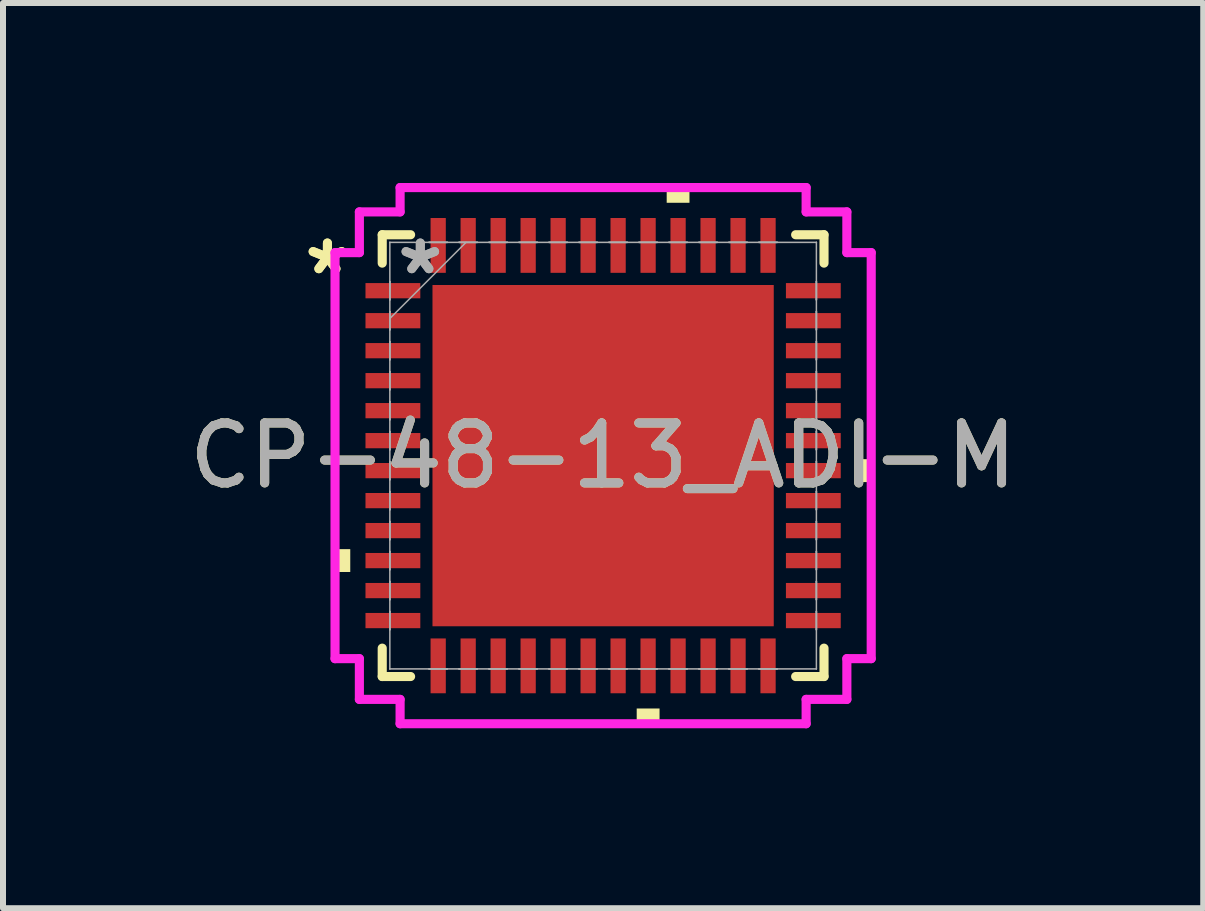
<source format=kicad_pcb>
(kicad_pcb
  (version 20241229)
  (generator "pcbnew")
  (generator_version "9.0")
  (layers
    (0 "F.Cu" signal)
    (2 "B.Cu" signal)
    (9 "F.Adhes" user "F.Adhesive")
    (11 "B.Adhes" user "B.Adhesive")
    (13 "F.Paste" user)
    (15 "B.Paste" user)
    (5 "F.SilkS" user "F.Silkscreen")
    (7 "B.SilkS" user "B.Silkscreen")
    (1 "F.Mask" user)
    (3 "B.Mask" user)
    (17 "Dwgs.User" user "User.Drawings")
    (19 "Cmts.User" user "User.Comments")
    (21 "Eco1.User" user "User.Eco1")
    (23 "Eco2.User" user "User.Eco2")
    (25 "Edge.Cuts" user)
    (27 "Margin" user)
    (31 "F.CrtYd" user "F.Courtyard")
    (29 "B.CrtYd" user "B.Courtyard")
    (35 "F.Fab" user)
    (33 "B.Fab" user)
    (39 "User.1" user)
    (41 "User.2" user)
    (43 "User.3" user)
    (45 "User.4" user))
  (footprint "CP-48-13_ADI-M"
    (layer "F.Cu")
    (at 7.006 4.547)
    (property "Reference" "CP-48-13_ADI-M" (at 0 0 0) (unlocked yes) (layer "F.SilkS") (effects (font (size 1 1) (thickness 0.15))))
    (attr smd)
    (fp_line (start -3.683 -3.683) (end -3.683 -3.21) (stroke (width 0.152) (type solid)) (layer "F.SilkS"))
    (fp_line (start -3.683 3.21) (end -3.683 3.683) (stroke (width 0.152) (type solid)) (layer "F.SilkS"))
    (fp_line (start -3.683 3.683) (end -3.21 3.683) (stroke (width 0.152) (type solid)) (layer "F.SilkS"))
    (fp_line (start -3.21 -3.683) (end -3.683 -3.683) (stroke (width 0.152) (type solid)) (layer "F.SilkS"))
    (fp_line (start 3.21 3.683) (end 3.683 3.683) (stroke (width 0.152) (type solid)) (layer "F.SilkS"))
    (fp_line (start 3.683 -3.683) (end 3.21 -3.683) (stroke (width 0.152) (type solid)) (layer "F.SilkS"))
    (fp_line (start 3.683 -3.21) (end 3.683 -3.683) (stroke (width 0.152) (type solid)) (layer "F.SilkS"))
    (fp_line (start 3.683 3.683) (end 3.683 3.21) (stroke (width 0.152) (type solid)) (layer "F.SilkS"))
    (fp_poly (pts (xy -4.47 1.559) (xy -4.47 1.94) (xy -4.216 1.94) (xy -4.216 1.559)) (stroke (width 0) (type solid)) (fill yes) (layer "F.SilkS"))
    (fp_poly (pts (xy 0.56 4.216) (xy 0.56 4.47) (xy 0.941 4.47) (xy 0.941 4.216)) (stroke (width 0) (type solid)) (fill yes) (layer "F.SilkS"))
    (fp_poly (pts (xy 1.06 -4.216) (xy 1.06 -4.47) (xy 1.44 -4.47) (xy 1.44 -4.216)) (stroke (width 0) (type solid)) (fill yes) (layer "F.SilkS"))
    (fp_poly (pts (xy 4.47 0.059) (xy 4.47 0.441) (xy 4.216 0.441) (xy 4.216 0.059)) (stroke (width 0) (type solid)) (fill yes) (layer "F.SilkS"))
    (fp_poly (pts (xy -2.745 -2.745) (xy -2.745 -1.522) (xy -1.522 -1.522) (xy -1.522 -2.745)) (stroke (width 0) (type solid)) (fill yes) (layer "F.Paste"))
    (fp_poly (pts (xy -2.745 -1.322) (xy -2.745 -0.1) (xy -1.522 -0.1) (xy -1.522 -1.322)) (stroke (width 0) (type solid)) (fill yes) (layer "F.Paste"))
    (fp_poly (pts (xy -2.745 0.1) (xy -2.745 1.322) (xy -1.522 1.322) (xy -1.522 0.1)) (stroke (width 0) (type solid)) (fill yes) (layer "F.Paste"))
    (fp_poly (pts (xy -2.745 1.522) (xy -2.745 2.745) (xy -1.522 2.745) (xy -1.522 1.522)) (stroke (width 0) (type solid)) (fill yes) (layer "F.Paste"))
    (fp_poly (pts (xy -1.322 -2.745) (xy -1.322 -1.522) (xy -0.1 -1.522) (xy -0.1 -2.745)) (stroke (width 0) (type solid)) (fill yes) (layer "F.Paste"))
    (fp_poly (pts (xy -1.322 -1.322) (xy -1.322 -0.1) (xy -0.1 -0.1) (xy -0.1 -1.322)) (stroke (width 0) (type solid)) (fill yes) (layer "F.Paste"))
    (fp_poly (pts (xy -1.322 0.1) (xy -1.322 1.322) (xy -0.1 1.322) (xy -0.1 0.1)) (stroke (width 0) (type solid)) (fill yes) (layer "F.Paste"))
    (fp_poly (pts (xy -1.322 1.522) (xy -1.322 2.745) (xy -0.1 2.745) (xy -0.1 1.522)) (stroke (width 0) (type solid)) (fill yes) (layer "F.Paste"))
    (fp_poly (pts (xy 0.1 -2.745) (xy 0.1 -1.522) (xy 1.322 -1.522) (xy 1.322 -2.745)) (stroke (width 0) (type solid)) (fill yes) (layer "F.Paste"))
    (fp_poly (pts (xy 0.1 -1.322) (xy 0.1 -0.1) (xy 1.322 -0.1) (xy 1.322 -1.322)) (stroke (width 0) (type solid)) (fill yes) (layer "F.Paste"))
    (fp_poly (pts (xy 0.1 0.1) (xy 0.1 1.322) (xy 1.322 1.322) (xy 1.322 0.1)) (stroke (width 0) (type solid)) (fill yes) (layer "F.Paste"))
    (fp_poly (pts (xy 0.1 1.522) (xy 0.1 2.745) (xy 1.322 2.745) (xy 1.322 1.522)) (stroke (width 0) (type solid)) (fill yes) (layer "F.Paste"))
    (fp_poly (pts (xy 1.522 -2.745) (xy 1.522 -1.522) (xy 2.745 -1.522) (xy 2.745 -2.745)) (stroke (width 0) (type solid)) (fill yes) (layer "F.Paste"))
    (fp_poly (pts (xy 1.522 -1.322) (xy 1.522 -0.1) (xy 2.745 -0.1) (xy 2.745 -1.322)) (stroke (width 0) (type solid)) (fill yes) (layer "F.Paste"))
    (fp_poly (pts (xy 1.522 0.1) (xy 1.522 1.322) (xy 2.745 1.322) (xy 2.745 0.1)) (stroke (width 0) (type solid)) (fill yes) (layer "F.Paste"))
    (fp_poly (pts (xy 1.522 1.522) (xy 1.522 2.745) (xy 2.745 2.745) (xy 2.745 1.522)) (stroke (width 0) (type solid)) (fill yes) (layer "F.Paste"))
    (fp_line (start -4.47 -3.385) (end -4.064 -3.385) (stroke (width 0.152) (type solid)) (layer "F.CrtYd"))
    (fp_line (start -4.47 3.385) (end -4.47 -3.385) (stroke (width 0.152) (type solid)) (layer "F.CrtYd"))
    (fp_line (start -4.064 -4.064) (end -3.385 -4.064) (stroke (width 0.152) (type solid)) (layer "F.CrtYd"))
    (fp_line (start -4.064 -3.385) (end -4.064 -4.064) (stroke (width 0.152) (type solid)) (layer "F.CrtYd"))
    (fp_line (start -4.064 3.385) (end -4.47 3.385) (stroke (width 0.152) (type solid)) (layer "F.CrtYd"))
    (fp_line (start -4.064 4.064) (end -4.064 3.385) (stroke (width 0.152) (type solid)) (layer "F.CrtYd"))
    (fp_line (start -3.385 -4.47) (end 3.385 -4.47) (stroke (width 0.152) (type solid)) (layer "F.CrtYd"))
    (fp_line (start -3.385 -4.064) (end -3.385 -4.47) (stroke (width 0.152) (type solid)) (layer "F.CrtYd"))
    (fp_line (start -3.385 4.064) (end -4.064 4.064) (stroke (width 0.152) (type solid)) (layer "F.CrtYd"))
    (fp_line (start -3.385 4.47) (end -3.385 4.064) (stroke (width 0.152) (type solid)) (layer "F.CrtYd"))
    (fp_line (start 3.385 -4.47) (end 3.385 -4.064) (stroke (width 0.152) (type solid)) (layer "F.CrtYd"))
    (fp_line (start 3.385 -4.064) (end 4.064 -4.064) (stroke (width 0.152) (type solid)) (layer "F.CrtYd"))
    (fp_line (start 3.385 4.064) (end 3.385 4.47) (stroke (width 0.152) (type solid)) (layer "F.CrtYd"))
    (fp_line (start 3.385 4.47) (end -3.385 4.47) (stroke (width 0.152) (type solid)) (layer "F.CrtYd"))
    (fp_line (start 4.064 -4.064) (end 4.064 -3.385) (stroke (width 0.152) (type solid)) (layer "F.CrtYd"))
    (fp_line (start 4.064 -3.385) (end 4.47 -3.385) (stroke (width 0.152) (type solid)) (layer "F.CrtYd"))
    (fp_line (start 4.064 3.385) (end 4.064 4.064) (stroke (width 0.152) (type solid)) (layer "F.CrtYd"))
    (fp_line (start 4.064 4.064) (end 3.385 4.064) (stroke (width 0.152) (type solid)) (layer "F.CrtYd"))
    (fp_line (start 4.47 -3.385) (end 4.47 3.385) (stroke (width 0.152) (type solid)) (layer "F.CrtYd"))
    (fp_line (start 4.47 3.385) (end 4.064 3.385) (stroke (width 0.152) (type solid)) (layer "F.CrtYd"))
    (fp_line (start -3.556 -3.556) (end -3.556 -3.556) (stroke (width 0.025) (type solid)) (layer "F.Fab"))
    (fp_line (start -3.556 -3.556) (end -3.556 3.556) (stroke (width 0.025) (type solid)) (layer "F.Fab"))
    (fp_line (start -3.556 -2.902) (end -3.556 -2.902) (stroke (width 0.025) (type solid)) (layer "F.Fab"))
    (fp_line (start -3.556 -2.902) (end -3.556 -2.598) (stroke (width 0.025) (type solid)) (layer "F.Fab"))
    (fp_line (start -3.556 -2.598) (end -3.556 -2.902) (stroke (width 0.025) (type solid)) (layer "F.Fab"))
    (fp_line (start -3.556 -2.598) (end -3.556 -2.598) (stroke (width 0.025) (type solid)) (layer "F.Fab"))
    (fp_line (start -3.556 -2.402) (end -3.556 -2.402) (stroke (width 0.025) (type solid)) (layer "F.Fab"))
    (fp_line (start -3.556 -2.402) (end -3.556 -2.098) (stroke (width 0.025) (type solid)) (layer "F.Fab"))
    (fp_line (start -3.556 -2.286) (end -2.286 -3.556) (stroke (width 0.025) (type solid)) (layer "F.Fab"))
    (fp_line (start -3.556 -2.098) (end -3.556 -2.402) (stroke (width 0.025) (type solid)) (layer "F.Fab"))
    (fp_line (start -3.556 -2.098) (end -3.556 -2.098) (stroke (width 0.025) (type solid)) (layer "F.Fab"))
    (fp_line (start -3.556 -1.902) (end -3.556 -1.902) (stroke (width 0.025) (type solid)) (layer "F.Fab"))
    (fp_line (start -3.556 -1.902) (end -3.556 -1.598) (stroke (width 0.025) (type solid)) (layer "F.Fab"))
    (fp_line (start -3.556 -1.598) (end -3.556 -1.902) (stroke (width 0.025) (type solid)) (layer "F.Fab"))
    (fp_line (start -3.556 -1.598) (end -3.556 -1.598) (stroke (width 0.025) (type solid)) (layer "F.Fab"))
    (fp_line (start -3.556 -1.402) (end -3.556 -1.402) (stroke (width 0.025) (type solid)) (layer "F.Fab"))
    (fp_line (start -3.556 -1.402) (end -3.556 -1.098) (stroke (width 0.025) (type solid)) (layer "F.Fab"))
    (fp_line (start -3.556 -1.098) (end -3.556 -1.402) (stroke (width 0.025) (type solid)) (layer "F.Fab"))
    (fp_line (start -3.556 -1.098) (end -3.556 -1.098) (stroke (width 0.025) (type solid)) (layer "F.Fab"))
    (fp_line (start -3.556 -0.902) (end -3.556 -0.902) (stroke (width 0.025) (type solid)) (layer "F.Fab"))
    (fp_line (start -3.556 -0.902) (end -3.556 -0.598) (stroke (width 0.025) (type solid)) (layer "F.Fab"))
    (fp_line (start -3.556 -0.598) (end -3.556 -0.902) (stroke (width 0.025) (type solid)) (layer "F.Fab"))
    (fp_line (start -3.556 -0.598) (end -3.556 -0.598) (stroke (width 0.025) (type solid)) (layer "F.Fab"))
    (fp_line (start -3.556 -0.402) (end -3.556 -0.402) (stroke (width 0.025) (type solid)) (layer "F.Fab"))
    (fp_line (start -3.556 -0.402) (end -3.556 -0.098) (stroke (width 0.025) (type solid)) (layer "F.Fab"))
    (fp_line (start -3.556 -0.098) (end -3.556 -0.402) (stroke (width 0.025) (type solid)) (layer "F.Fab"))
    (fp_line (start -3.556 -0.098) (end -3.556 -0.098) (stroke (width 0.025) (type solid)) (layer "F.Fab"))
    (fp_line (start -3.556 0.098) (end -3.556 0.098) (stroke (width 0.025) (type solid)) (layer "F.Fab"))
    (fp_line (start -3.556 0.098) (end -3.556 0.402) (stroke (width 0.025) (type solid)) (layer "F.Fab"))
    (fp_line (start -3.556 0.402) (end -3.556 0.098) (stroke (width 0.025) (type solid)) (layer "F.Fab"))
    (fp_line (start -3.556 0.402) (end -3.556 0.402) (stroke (width 0.025) (type solid)) (layer "F.Fab"))
    (fp_line (start -3.556 0.598) (end -3.556 0.598) (stroke (width 0.025) (type solid)) (layer "F.Fab"))
    (fp_line (start -3.556 0.598) (end -3.556 0.902) (stroke (width 0.025) (type solid)) (layer "F.Fab"))
    (fp_line (start -3.556 0.902) (end -3.556 0.598) (stroke (width 0.025) (type solid)) (layer "F.Fab"))
    (fp_line (start -3.556 0.902) (end -3.556 0.902) (stroke (width 0.025) (type solid)) (layer "F.Fab"))
    (fp_line (start -3.556 1.098) (end -3.556 1.098) (stroke (width 0.025) (type solid)) (layer "F.Fab"))
    (fp_line (start -3.556 1.098) (end -3.556 1.402) (stroke (width 0.025) (type solid)) (layer "F.Fab"))
    (fp_line (start -3.556 1.402) (end -3.556 1.098) (stroke (width 0.025) (type solid)) (layer "F.Fab"))
    (fp_line (start -3.556 1.402) (end -3.556 1.402) (stroke (width 0.025) (type solid)) (layer "F.Fab"))
    (fp_line (start -3.556 1.598) (end -3.556 1.598) (stroke (width 0.025) (type solid)) (layer "F.Fab"))
    (fp_line (start -3.556 1.598) (end -3.556 1.902) (stroke (width 0.025) (type solid)) (layer "F.Fab"))
    (fp_line (start -3.556 1.902) (end -3.556 1.598) (stroke (width 0.025) (type solid)) (layer "F.Fab"))
    (fp_line (start -3.556 1.902) (end -3.556 1.902) (stroke (width 0.025) (type solid)) (layer "F.Fab"))
    (fp_line (start -3.556 2.098) (end -3.556 2.098) (stroke (width 0.025) (type solid)) (layer "F.Fab"))
    (fp_line (start -3.556 2.098) (end -3.556 2.402) (stroke (width 0.025) (type solid)) (layer "F.Fab"))
    (fp_line (start -3.556 2.402) (end -3.556 2.098) (stroke (width 0.025) (type solid)) (layer "F.Fab"))
    (fp_line (start -3.556 2.402) (end -3.556 2.402) (stroke (width 0.025) (type solid)) (layer "F.Fab"))
    (fp_line (start -3.556 2.598) (end -3.556 2.598) (stroke (width 0.025) (type solid)) (layer "F.Fab"))
    (fp_line (start -3.556 2.598) (end -3.556 2.902) (stroke (width 0.025) (type solid)) (layer "F.Fab"))
    (fp_line (start -3.556 2.902) (end -3.556 2.598) (stroke (width 0.025) (type solid)) (layer "F.Fab"))
    (fp_line (start -3.556 2.902) (end -3.556 2.902) (stroke (width 0.025) (type solid)) (layer "F.Fab"))
    (fp_line (start -3.556 3.556) (end -3.556 3.556) (stroke (width 0.025) (type solid)) (layer "F.Fab"))
    (fp_line (start -3.556 3.556) (end 3.556 3.556) (stroke (width 0.025) (type solid)) (layer "F.Fab"))
    (fp_line (start -2.902 -3.556) (end -2.902 -3.556) (stroke (width 0.025) (type solid)) (layer "F.Fab"))
    (fp_line (start -2.902 -3.556) (end -2.598 -3.556) (stroke (width 0.025) (type solid)) (layer "F.Fab"))
    (fp_line (start -2.902 3.556) (end -2.902 3.556) (stroke (width 0.025) (type solid)) (layer "F.Fab"))
    (fp_line (start -2.902 3.556) (end -2.598 3.556) (stroke (width 0.025) (type solid)) (layer "F.Fab"))
    (fp_line (start -2.598 -3.556) (end -2.902 -3.556) (stroke (width 0.025) (type solid)) (layer "F.Fab"))
    (fp_line (start -2.598 -3.556) (end -2.598 -3.556) (stroke (width 0.025) (type solid)) (layer "F.Fab"))
    (fp_line (start -2.598 3.556) (end -2.902 3.556) (stroke (width 0.025) (type solid)) (layer "F.Fab"))
    (fp_line (start -2.598 3.556) (end -2.598 3.556) (stroke (width 0.025) (type solid)) (layer "F.Fab"))
    (fp_line (start -2.402 -3.556) (end -2.402 -3.556) (stroke (width 0.025) (type solid)) (layer "F.Fab"))
    (fp_line (start -2.402 -3.556) (end -2.098 -3.556) (stroke (width 0.025) (type solid)) (layer "F.Fab"))
    (fp_line (start -2.402 3.556) (end -2.402 3.556) (stroke (width 0.025) (type solid)) (layer "F.Fab"))
    (fp_line (start -2.402 3.556) (end -2.098 3.556) (stroke (width 0.025) (type solid)) (layer "F.Fab"))
    (fp_line (start -2.098 -3.556) (end -2.402 -3.556) (stroke (width 0.025) (type solid)) (layer "F.Fab"))
    (fp_line (start -2.098 -3.556) (end -2.098 -3.556) (stroke (width 0.025) (type solid)) (layer "F.Fab"))
    (fp_line (start -2.098 3.556) (end -2.402 3.556) (stroke (width 0.025) (type solid)) (layer "F.Fab"))
    (fp_line (start -2.098 3.556) (end -2.098 3.556) (stroke (width 0.025) (type solid)) (layer "F.Fab"))
    (fp_line (start -1.902 -3.556) (end -1.902 -3.556) (stroke (width 0.025) (type solid)) (layer "F.Fab"))
    (fp_line (start -1.902 -3.556) (end -1.598 -3.556) (stroke (width 0.025) (type solid)) (layer "F.Fab"))
    (fp_line (start -1.902 3.556) (end -1.902 3.556) (stroke (width 0.025) (type solid)) (layer "F.Fab"))
    (fp_line (start -1.902 3.556) (end -1.598 3.556) (stroke (width 0.025) (type solid)) (layer "F.Fab"))
    (fp_line (start -1.598 -3.556) (end -1.902 -3.556) (stroke (width 0.025) (type solid)) (layer "F.Fab"))
    (fp_line (start -1.598 -3.556) (end -1.598 -3.556) (stroke (width 0.025) (type solid)) (layer "F.Fab"))
    (fp_line (start -1.598 3.556) (end -1.902 3.556) (stroke (width 0.025) (type solid)) (layer "F.Fab"))
    (fp_line (start -1.598 3.556) (end -1.598 3.556) (stroke (width 0.025) (type solid)) (layer "F.Fab"))
    (fp_line (start -1.402 -3.556) (end -1.402 -3.556) (stroke (width 0.025) (type solid)) (layer "F.Fab"))
    (fp_line (start -1.402 -3.556) (end -1.098 -3.556) (stroke (width 0.025) (type solid)) (layer "F.Fab"))
    (fp_line (start -1.402 3.556) (end -1.402 3.556) (stroke (width 0.025) (type solid)) (layer "F.Fab"))
    (fp_line (start -1.402 3.556) (end -1.098 3.556) (stroke (width 0.025) (type solid)) (layer "F.Fab"))
    (fp_line (start -1.098 -3.556) (end -1.402 -3.556) (stroke (width 0.025) (type solid)) (layer "F.Fab"))
    (fp_line (start -1.098 -3.556) (end -1.098 -3.556) (stroke (width 0.025) (type solid)) (layer "F.Fab"))
    (fp_line (start -1.098 3.556) (end -1.402 3.556) (stroke (width 0.025) (type solid)) (layer "F.Fab"))
    (fp_line (start -1.098 3.556) (end -1.098 3.556) (stroke (width 0.025) (type solid)) (layer "F.Fab"))
    (fp_line (start -0.902 -3.556) (end -0.902 -3.556) (stroke (width 0.025) (type solid)) (layer "F.Fab"))
    (fp_line (start -0.902 -3.556) (end -0.598 -3.556) (stroke (width 0.025) (type solid)) (layer "F.Fab"))
    (fp_line (start -0.902 3.556) (end -0.902 3.556) (stroke (width 0.025) (type solid)) (layer "F.Fab"))
    (fp_line (start -0.902 3.556) (end -0.598 3.556) (stroke (width 0.025) (type solid)) (layer "F.Fab"))
    (fp_line (start -0.598 -3.556) (end -0.902 -3.556) (stroke (width 0.025) (type solid)) (layer "F.Fab"))
    (fp_line (start -0.598 -3.556) (end -0.598 -3.556) (stroke (width 0.025) (type solid)) (layer "F.Fab"))
    (fp_line (start -0.598 3.556) (end -0.902 3.556) (stroke (width 0.025) (type solid)) (layer "F.Fab"))
    (fp_line (start -0.598 3.556) (end -0.598 3.556) (stroke (width 0.025) (type solid)) (layer "F.Fab"))
    (fp_line (start -0.402 -3.556) (end -0.402 -3.556) (stroke (width 0.025) (type solid)) (layer "F.Fab"))
    (fp_line (start -0.402 -3.556) (end -0.098 -3.556) (stroke (width 0.025) (type solid)) (layer "F.Fab"))
    (fp_line (start -0.402 3.556) (end -0.402 3.556) (stroke (width 0.025) (type solid)) (layer "F.Fab"))
    (fp_line (start -0.402 3.556) (end -0.098 3.556) (stroke (width 0.025) (type solid)) (layer "F.Fab"))
    (fp_line (start -0.098 -3.556) (end -0.402 -3.556) (stroke (width 0.025) (type solid)) (layer "F.Fab"))
    (fp_line (start -0.098 -3.556) (end -0.098 -3.556) (stroke (width 0.025) (type solid)) (layer "F.Fab"))
    (fp_line (start -0.098 3.556) (end -0.402 3.556) (stroke (width 0.025) (type solid)) (layer "F.Fab"))
    (fp_line (start -0.098 3.556) (end -0.098 3.556) (stroke (width 0.025) (type solid)) (layer "F.Fab"))
    (fp_line (start 0.098 -3.556) (end 0.098 -3.556) (stroke (width 0.025) (type solid)) (layer "F.Fab"))
    (fp_line (start 0.098 -3.556) (end 0.402 -3.556) (stroke (width 0.025) (type solid)) (layer "F.Fab"))
    (fp_line (start 0.098 3.556) (end 0.098 3.556) (stroke (width 0.025) (type solid)) (layer "F.Fab"))
    (fp_line (start 0.098 3.556) (end 0.402 3.556) (stroke (width 0.025) (type solid)) (layer "F.Fab"))
    (fp_line (start 0.402 -3.556) (end 0.098 -3.556) (stroke (width 0.025) (type solid)) (layer "F.Fab"))
    (fp_line (start 0.402 -3.556) (end 0.402 -3.556) (stroke (width 0.025) (type solid)) (layer "F.Fab"))
    (fp_line (start 0.402 3.556) (end 0.098 3.556) (stroke (width 0.025) (type solid)) (layer "F.Fab"))
    (fp_line (start 0.402 3.556) (end 0.402 3.556) (stroke (width 0.025) (type solid)) (layer "F.Fab"))
    (fp_line (start 0.598 -3.556) (end 0.598 -3.556) (stroke (width 0.025) (type solid)) (layer "F.Fab"))
    (fp_line (start 0.598 -3.556) (end 0.902 -3.556) (stroke (width 0.025) (type solid)) (layer "F.Fab"))
    (fp_line (start 0.598 3.556) (end 0.598 3.556) (stroke (width 0.025) (type solid)) (layer "F.Fab"))
    (fp_line (start 0.598 3.556) (end 0.902 3.556) (stroke (width 0.025) (type solid)) (layer "F.Fab"))
    (fp_line (start 0.902 -3.556) (end 0.598 -3.556) (stroke (width 0.025) (type solid)) (layer "F.Fab"))
    (fp_line (start 0.902 -3.556) (end 0.902 -3.556) (stroke (width 0.025) (type solid)) (layer "F.Fab"))
    (fp_line (start 0.902 3.556) (end 0.598 3.556) (stroke (width 0.025) (type solid)) (layer "F.Fab"))
    (fp_line (start 0.902 3.556) (end 0.902 3.556) (stroke (width 0.025) (type solid)) (layer "F.Fab"))
    (fp_line (start 1.098 -3.556) (end 1.098 -3.556) (stroke (width 0.025) (type solid)) (layer "F.Fab"))
    (fp_line (start 1.098 -3.556) (end 1.402 -3.556) (stroke (width 0.025) (type solid)) (layer "F.Fab"))
    (fp_line (start 1.098 3.556) (end 1.098 3.556) (stroke (width 0.025) (type solid)) (layer "F.Fab"))
    (fp_line (start 1.098 3.556) (end 1.402 3.556) (stroke (width 0.025) (type solid)) (layer "F.Fab"))
    (fp_line (start 1.402 -3.556) (end 1.098 -3.556) (stroke (width 0.025) (type solid)) (layer "F.Fab"))
    (fp_line (start 1.402 -3.556) (end 1.402 -3.556) (stroke (width 0.025) (type solid)) (layer "F.Fab"))
    (fp_line (start 1.402 3.556) (end 1.098 3.556) (stroke (width 0.025) (type solid)) (layer "F.Fab"))
    (fp_line (start 1.402 3.556) (end 1.402 3.556) (stroke (width 0.025) (type solid)) (layer "F.Fab"))
    (fp_line (start 1.598 -3.556) (end 1.598 -3.556) (stroke (width 0.025) (type solid)) (layer "F.Fab"))
    (fp_line (start 1.598 -3.556) (end 1.902 -3.556) (stroke (width 0.025) (type solid)) (layer "F.Fab"))
    (fp_line (start 1.598 3.556) (end 1.598 3.556) (stroke (width 0.025) (type solid)) (layer "F.Fab"))
    (fp_line (start 1.598 3.556) (end 1.902 3.556) (stroke (width 0.025) (type solid)) (layer "F.Fab"))
    (fp_line (start 1.902 -3.556) (end 1.598 -3.556) (stroke (width 0.025) (type solid)) (layer "F.Fab"))
    (fp_line (start 1.902 -3.556) (end 1.902 -3.556) (stroke (width 0.025) (type solid)) (layer "F.Fab"))
    (fp_line (start 1.902 3.556) (end 1.598 3.556) (stroke (width 0.025) (type solid)) (layer "F.Fab"))
    (fp_line (start 1.902 3.556) (end 1.902 3.556) (stroke (width 0.025) (type solid)) (layer "F.Fab"))
    (fp_line (start 2.098 -3.556) (end 2.098 -3.556) (stroke (width 0.025) (type solid)) (layer "F.Fab"))
    (fp_line (start 2.098 -3.556) (end 2.402 -3.556) (stroke (width 0.025) (type solid)) (layer "F.Fab"))
    (fp_line (start 2.098 3.556) (end 2.098 3.556) (stroke (width 0.025) (type solid)) (layer "F.Fab"))
    (fp_line (start 2.098 3.556) (end 2.402 3.556) (stroke (width 0.025) (type solid)) (layer "F.Fab"))
    (fp_line (start 2.402 -3.556) (end 2.098 -3.556) (stroke (width 0.025) (type solid)) (layer "F.Fab"))
    (fp_line (start 2.402 -3.556) (end 2.402 -3.556) (stroke (width 0.025) (type solid)) (layer "F.Fab"))
    (fp_line (start 2.402 3.556) (end 2.098 3.556) (stroke (width 0.025) (type solid)) (layer "F.Fab"))
    (fp_line (start 2.402 3.556) (end 2.402 3.556) (stroke (width 0.025) (type solid)) (layer "F.Fab"))
    (fp_line (start 2.598 -3.556) (end 2.598 -3.556) (stroke (width 0.025) (type solid)) (layer "F.Fab"))
    (fp_line (start 2.598 -3.556) (end 2.902 -3.556) (stroke (width 0.025) (type solid)) (layer "F.Fab"))
    (fp_line (start 2.598 3.556) (end 2.598 3.556) (stroke (width 0.025) (type solid)) (layer "F.Fab"))
    (fp_line (start 2.598 3.556) (end 2.902 3.556) (stroke (width 0.025) (type solid)) (layer "F.Fab"))
    (fp_line (start 2.902 -3.556) (end 2.598 -3.556) (stroke (width 0.025) (type solid)) (layer "F.Fab"))
    (fp_line (start 2.902 -3.556) (end 2.902 -3.556) (stroke (width 0.025) (type solid)) (layer "F.Fab"))
    (fp_line (start 2.902 3.556) (end 2.598 3.556) (stroke (width 0.025) (type solid)) (layer "F.Fab"))
    (fp_line (start 2.902 3.556) (end 2.902 3.556) (stroke (width 0.025) (type solid)) (layer "F.Fab"))
    (fp_line (start 3.556 -3.556) (end -3.556 -3.556) (stroke (width 0.025) (type solid)) (layer "F.Fab"))
    (fp_line (start 3.556 -3.556) (end 3.556 -3.556) (stroke (width 0.025) (type solid)) (layer "F.Fab"))
    (fp_line (start 3.556 -2.902) (end 3.556 -2.902) (stroke (width 0.025) (type solid)) (layer "F.Fab"))
    (fp_line (start 3.556 -2.902) (end 3.556 -2.598) (stroke (width 0.025) (type solid)) (layer "F.Fab"))
    (fp_line (start 3.556 -2.598) (end 3.556 -2.902) (stroke (width 0.025) (type solid)) (layer "F.Fab"))
    (fp_line (start 3.556 -2.598) (end 3.556 -2.598) (stroke (width 0.025) (type solid)) (layer "F.Fab"))
    (fp_line (start 3.556 -2.402) (end 3.556 -2.402) (stroke (width 0.025) (type solid)) (layer "F.Fab"))
    (fp_line (start 3.556 -2.402) (end 3.556 -2.098) (stroke (width 0.025) (type solid)) (layer "F.Fab"))
    (fp_line (start 3.556 -2.098) (end 3.556 -2.402) (stroke (width 0.025) (type solid)) (layer "F.Fab"))
    (fp_line (start 3.556 -2.098) (end 3.556 -2.098) (stroke (width 0.025) (type solid)) (layer "F.Fab"))
    (fp_line (start 3.556 -1.902) (end 3.556 -1.902) (stroke (width 0.025) (type solid)) (layer "F.Fab"))
    (fp_line (start 3.556 -1.902) (end 3.556 -1.598) (stroke (width 0.025) (type solid)) (layer "F.Fab"))
    (fp_line (start 3.556 -1.598) (end 3.556 -1.902) (stroke (width 0.025) (type solid)) (layer "F.Fab"))
    (fp_line (start 3.556 -1.598) (end 3.556 -1.598) (stroke (width 0.025) (type solid)) (layer "F.Fab"))
    (fp_line (start 3.556 -1.402) (end 3.556 -1.402) (stroke (width 0.025) (type solid)) (layer "F.Fab"))
    (fp_line (start 3.556 -1.402) (end 3.556 -1.098) (stroke (width 0.025) (type solid)) (layer "F.Fab"))
    (fp_line (start 3.556 -1.098) (end 3.556 -1.402) (stroke (width 0.025) (type solid)) (layer "F.Fab"))
    (fp_line (start 3.556 -1.098) (end 3.556 -1.098) (stroke (width 0.025) (type solid)) (layer "F.Fab"))
    (fp_line (start 3.556 -0.902) (end 3.556 -0.902) (stroke (width 0.025) (type solid)) (layer "F.Fab"))
    (fp_line (start 3.556 -0.902) (end 3.556 -0.598) (stroke (width 0.025) (type solid)) (layer "F.Fab"))
    (fp_line (start 3.556 -0.598) (end 3.556 -0.902) (stroke (width 0.025) (type solid)) (layer "F.Fab"))
    (fp_line (start 3.556 -0.598) (end 3.556 -0.598) (stroke (width 0.025) (type solid)) (layer "F.Fab"))
    (fp_line (start 3.556 -0.402) (end 3.556 -0.402) (stroke (width 0.025) (type solid)) (layer "F.Fab"))
    (fp_line (start 3.556 -0.402) (end 3.556 -0.098) (stroke (width 0.025) (type solid)) (layer "F.Fab"))
    (fp_line (start 3.556 -0.098) (end 3.556 -0.402) (stroke (width 0.025) (type solid)) (layer "F.Fab"))
    (fp_line (start 3.556 -0.098) (end 3.556 -0.098) (stroke (width 0.025) (type solid)) (layer "F.Fab"))
    (fp_line (start 3.556 0.098) (end 3.556 0.098) (stroke (width 0.025) (type solid)) (layer "F.Fab"))
    (fp_line (start 3.556 0.098) (end 3.556 0.402) (stroke (width 0.025) (type solid)) (layer "F.Fab"))
    (fp_line (start 3.556 0.402) (end 3.556 0.098) (stroke (width 0.025) (type solid)) (layer "F.Fab"))
    (fp_line (start 3.556 0.402) (end 3.556 0.402) (stroke (width 0.025) (type solid)) (layer "F.Fab"))
    (fp_line (start 3.556 0.598) (end 3.556 0.598) (stroke (width 0.025) (type solid)) (layer "F.Fab"))
    (fp_line (start 3.556 0.598) (end 3.556 0.902) (stroke (width 0.025) (type solid)) (layer "F.Fab"))
    (fp_line (start 3.556 0.902) (end 3.556 0.598) (stroke (width 0.025) (type solid)) (layer "F.Fab"))
    (fp_line (start 3.556 0.902) (end 3.556 0.902) (stroke (width 0.025) (type solid)) (layer "F.Fab"))
    (fp_line (start 3.556 1.098) (end 3.556 1.098) (stroke (width 0.025) (type solid)) (layer "F.Fab"))
    (fp_line (start 3.556 1.098) (end 3.556 1.402) (stroke (width 0.025) (type solid)) (layer "F.Fab"))
    (fp_line (start 3.556 1.402) (end 3.556 1.098) (stroke (width 0.025) (type solid)) (layer "F.Fab"))
    (fp_line (start 3.556 1.402) (end 3.556 1.402) (stroke (width 0.025) (type solid)) (layer "F.Fab"))
    (fp_line (start 3.556 1.598) (end 3.556 1.598) (stroke (width 0.025) (type solid)) (layer "F.Fab"))
    (fp_line (start 3.556 1.598) (end 3.556 1.902) (stroke (width 0.025) (type solid)) (layer "F.Fab"))
    (fp_line (start 3.556 1.902) (end 3.556 1.598) (stroke (width 0.025) (type solid)) (layer "F.Fab"))
    (fp_line (start 3.556 1.902) (end 3.556 1.902) (stroke (width 0.025) (type solid)) (layer "F.Fab"))
    (fp_line (start 3.556 2.098) (end 3.556 2.098) (stroke (width 0.025) (type solid)) (layer "F.Fab"))
    (fp_line (start 3.556 2.098) (end 3.556 2.402) (stroke (width 0.025) (type solid)) (layer "F.Fab"))
    (fp_line (start 3.556 2.402) (end 3.556 2.098) (stroke (width 0.025) (type solid)) (layer "F.Fab"))
    (fp_line (start 3.556 2.402) (end 3.556 2.402) (stroke (width 0.025) (type solid)) (layer "F.Fab"))
    (fp_line (start 3.556 2.598) (end 3.556 2.598) (stroke (width 0.025) (type solid)) (layer "F.Fab"))
    (fp_line (start 3.556 2.598) (end 3.556 2.902) (stroke (width 0.025) (type solid)) (layer "F.Fab"))
    (fp_line (start 3.556 2.902) (end 3.556 2.598) (stroke (width 0.025) (type solid)) (layer "F.Fab"))
    (fp_line (start 3.556 2.902) (end 3.556 2.902) (stroke (width 0.025) (type solid)) (layer "F.Fab"))
    (fp_line (start 3.556 3.556) (end 3.556 -3.556) (stroke (width 0.025) (type solid)) (layer "F.Fab"))
    (fp_line (start 3.556 3.556) (end 3.556 3.556) (stroke (width 0.025) (type solid)) (layer "F.Fab"))
    (fp_text user "*" (at -4.597 -3 0) (layer "F.SilkS") (effects (font (size 1 1) (thickness 0.15))))
    (fp_text user "*" (at -4.597 -3 0) (unlocked yes) (layer "F.SilkS") (effects (font (size 1 1) (thickness 0.15))))
    (fp_text user "*" (at -3.048 -3 0) (layer "F.Fab") (effects (font (size 1 1) (thickness 0.15))))
    (fp_text user "*" (at -3.048 -3 0) (unlocked yes) (layer "F.Fab") (effects (font (size 1 1) (thickness 0.15))))
    (fp_text user "${REFERENCE}" (at 0 0 0) (unlocked yes) (layer "F.Fab") (effects (font (size 1 1) (thickness 0.15))))
    (pad "1" smd rect (at -3.505 -2.75 90) (size 0.254 0.914) (layers "F.Cu" "F.Mask" "F.Paste"))
    (pad "2" smd rect (at -3.505 -2.25 90) (size 0.254 0.914) (layers "F.Cu" "F.Mask" "F.Paste"))
    (pad "3" smd rect (at -3.505 -1.75 90) (size 0.254 0.914) (layers "F.Cu" "F.Mask" "F.Paste"))
    (pad "4" smd rect (at -3.505 -1.25 90) (size 0.254 0.914) (layers "F.Cu" "F.Mask" "F.Paste"))
    (pad "5" smd rect (at -3.505 -0.75 90) (size 0.254 0.914) (layers "F.Cu" "F.Mask" "F.Paste"))
    (pad "6" smd rect (at -3.505 -0.25 90) (size 0.254 0.914) (layers "F.Cu" "F.Mask" "F.Paste"))
    (pad "7" smd rect (at -3.505 0.25 90) (size 0.254 0.914) (layers "F.Cu" "F.Mask" "F.Paste"))
    (pad "8" smd rect (at -3.505 0.75 90) (size 0.254 0.914) (layers "F.Cu" "F.Mask" "F.Paste"))
    (pad "9" smd rect (at -3.505 1.25 90) (size 0.254 0.914) (layers "F.Cu" "F.Mask" "F.Paste"))
    (pad "10" smd rect (at -3.505 1.75 90) (size 0.254 0.914) (layers "F.Cu" "F.Mask" "F.Paste"))
    (pad "11" smd rect (at -3.505 2.25 90) (size 0.254 0.914) (layers "F.Cu" "F.Mask" "F.Paste"))
    (pad "12" smd rect (at -3.505 2.75 90) (size 0.254 0.914) (layers "F.Cu" "F.Mask" "F.Paste"))
    (pad "13" smd rect (at -2.75 3.505) (size 0.254 0.914) (layers "F.Cu" "F.Mask" "F.Paste"))
    (pad "14" smd rect (at -2.25 3.505) (size 0.254 0.914) (layers "F.Cu" "F.Mask" "F.Paste"))
    (pad "15" smd rect (at -1.75 3.505) (size 0.254 0.914) (layers "F.Cu" "F.Mask" "F.Paste"))
    (pad "16" smd rect (at -1.25 3.505) (size 0.254 0.914) (layers "F.Cu" "F.Mask" "F.Paste"))
    (pad "17" smd rect (at -0.75 3.505) (size 0.254 0.914) (layers "F.Cu" "F.Mask" "F.Paste"))
    (pad "18" smd rect (at -0.25 3.505) (size 0.254 0.914) (layers "F.Cu" "F.Mask" "F.Paste"))
    (pad "19" smd rect (at 0.25 3.505) (size 0.254 0.914) (layers "F.Cu" "F.Mask" "F.Paste"))
    (pad "20" smd rect (at 0.75 3.505) (size 0.254 0.914) (layers "F.Cu" "F.Mask" "F.Paste"))
    (pad "21" smd rect (at 1.25 3.505) (size 0.254 0.914) (layers "F.Cu" "F.Mask" "F.Paste"))
    (pad "22" smd rect (at 1.75 3.505) (size 0.254 0.914) (layers "F.Cu" "F.Mask" "F.Paste"))
    (pad "23" smd rect (at 2.25 3.505) (size 0.254 0.914) (layers "F.Cu" "F.Mask" "F.Paste"))
    (pad "24" smd rect (at 2.75 3.505) (size 0.254 0.914) (layers "F.Cu" "F.Mask" "F.Paste"))
    (pad "25" smd rect (at 3.505 2.75 90) (size 0.254 0.914) (layers "F.Cu" "F.Mask" "F.Paste"))
    (pad "26" smd rect (at 3.505 2.25 90) (size 0.254 0.914) (layers "F.Cu" "F.Mask" "F.Paste"))
    (pad "27" smd rect (at 3.505 1.75 90) (size 0.254 0.914) (layers "F.Cu" "F.Mask" "F.Paste"))
    (pad "28" smd rect (at 3.505 1.25 90) (size 0.254 0.914) (layers "F.Cu" "F.Mask" "F.Paste"))
    (pad "29" smd rect (at 3.505 0.75 90) (size 0.254 0.914) (layers "F.Cu" "F.Mask" "F.Paste"))
    (pad "30" smd rect (at 3.505 0.25 90) (size 0.254 0.914) (layers "F.Cu" "F.Mask" "F.Paste"))
    (pad "31" smd rect (at 3.505 -0.25 90) (size 0.254 0.914) (layers "F.Cu" "F.Mask" "F.Paste"))
    (pad "32" smd rect (at 3.505 -0.75 90) (size 0.254 0.914) (layers "F.Cu" "F.Mask" "F.Paste"))
    (pad "33" smd rect (at 3.505 -1.25 90) (size 0.254 0.914) (layers "F.Cu" "F.Mask" "F.Paste"))
    (pad "34" smd rect (at 3.505 -1.75 90) (size 0.254 0.914) (layers "F.Cu" "F.Mask" "F.Paste"))
    (pad "35" smd rect (at 3.505 -2.25 90) (size 0.254 0.914) (layers "F.Cu" "F.Mask" "F.Paste"))
    (pad "36" smd rect (at 3.505 -2.75 90) (size 0.254 0.914) (layers "F.Cu" "F.Mask" "F.Paste"))
    (pad "37" smd rect (at 2.75 -3.505) (size 0.254 0.914) (layers "F.Cu" "F.Mask" "F.Paste"))
    (pad "38" smd rect (at 2.25 -3.505) (size 0.254 0.914) (layers "F.Cu" "F.Mask" "F.Paste"))
    (pad "39" smd rect (at 1.75 -3.505) (size 0.254 0.914) (layers "F.Cu" "F.Mask" "F.Paste"))
    (pad "40" smd rect (at 1.25 -3.505) (size 0.254 0.914) (layers "F.Cu" "F.Mask" "F.Paste"))
    (pad "41" smd rect (at 0.75 -3.505) (size 0.254 0.914) (layers "F.Cu" "F.Mask" "F.Paste"))
    (pad "42" smd rect (at 0.25 -3.505) (size 0.254 0.914) (layers "F.Cu" "F.Mask" "F.Paste"))
    (pad "43" smd rect (at -0.25 -3.505) (size 0.254 0.914) (layers "F.Cu" "F.Mask" "F.Paste"))
    (pad "44" smd rect (at -0.75 -3.505) (size 0.254 0.914) (layers "F.Cu" "F.Mask" "F.Paste"))
    (pad "45" smd rect (at -1.25 -3.505) (size 0.254 0.914) (layers "F.Cu" "F.Mask" "F.Paste"))
    (pad "46" smd rect (at -1.75 -3.505) (size 0.254 0.914) (layers "F.Cu" "F.Mask" "F.Paste"))
    (pad "47" smd rect (at -2.25 -3.505) (size 0.254 0.914) (layers "F.Cu" "F.Mask" "F.Paste"))
    (pad "48" smd rect (at -2.75 -3.505) (size 0.254 0.914) (layers "F.Cu" "F.Mask" "F.Paste"))
    (pad "49" smd rect (at 0 0) (size 5.69 5.69) (layers "F.Cu" "F.Mask")))
  (gr_rect
    (start -3 -3)
    (end 17.012 12.093)
    (stroke (width 0.1) (type default))
    (fill no)
    (layer "Edge.Cuts")))
</source>
